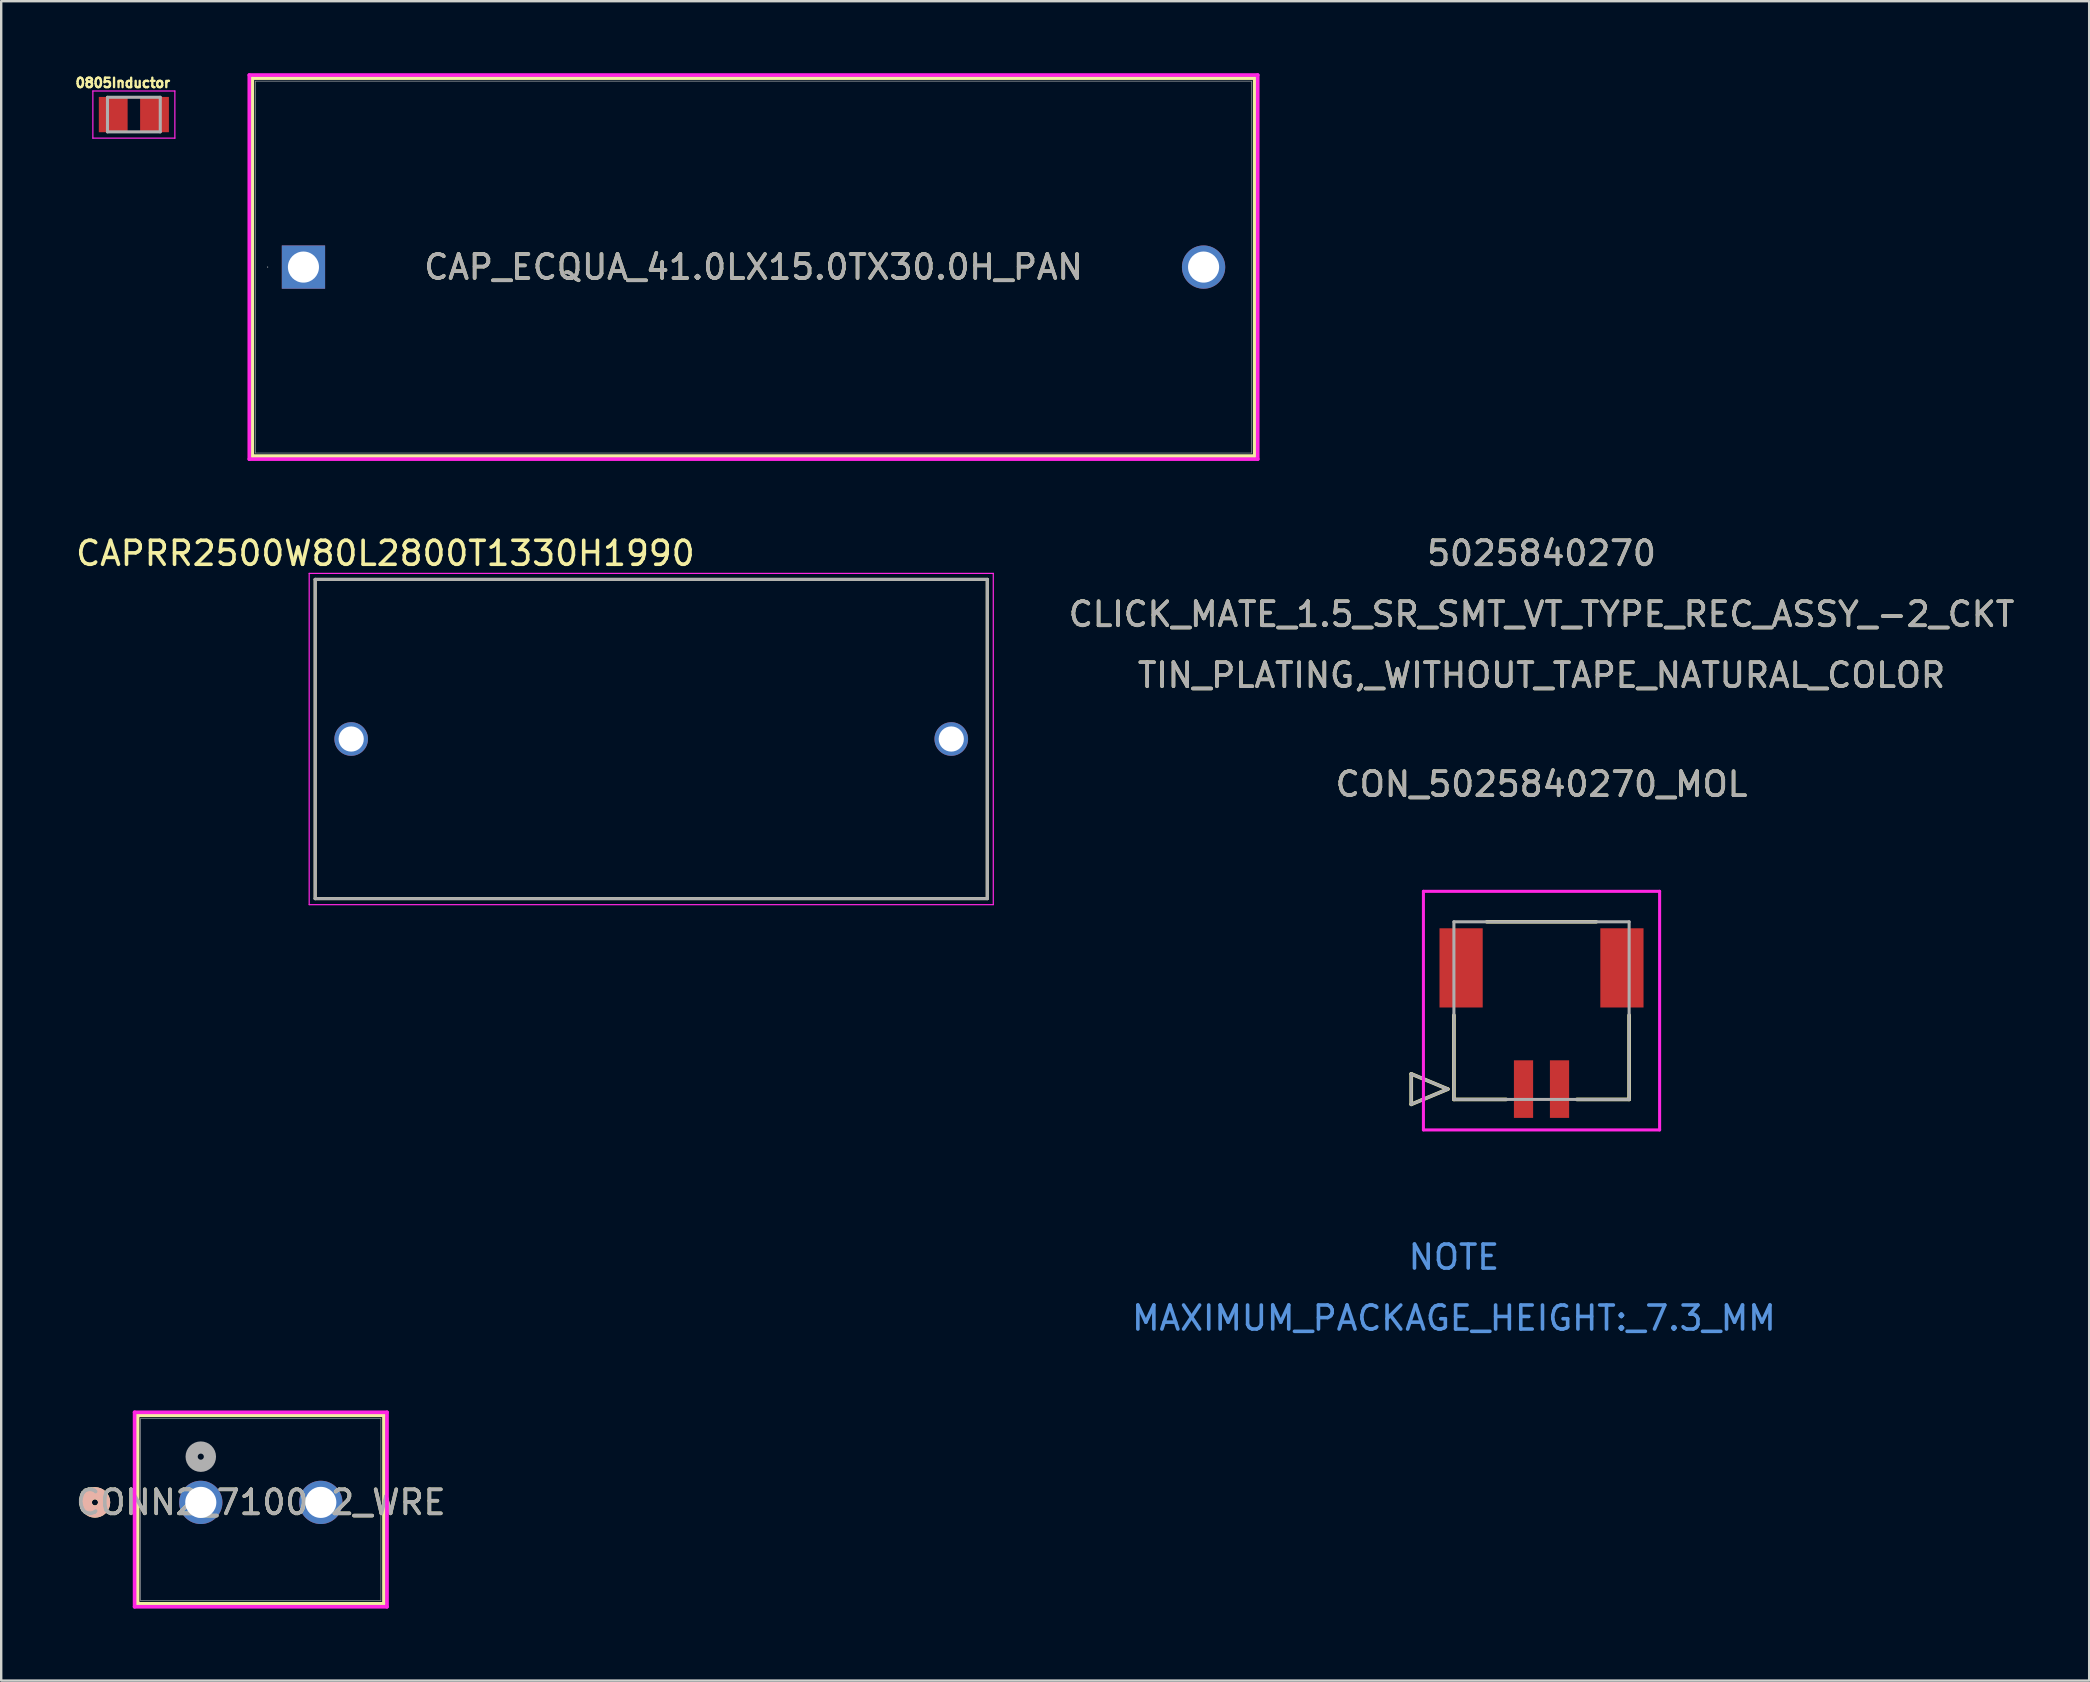
<source format=kicad_pcb>
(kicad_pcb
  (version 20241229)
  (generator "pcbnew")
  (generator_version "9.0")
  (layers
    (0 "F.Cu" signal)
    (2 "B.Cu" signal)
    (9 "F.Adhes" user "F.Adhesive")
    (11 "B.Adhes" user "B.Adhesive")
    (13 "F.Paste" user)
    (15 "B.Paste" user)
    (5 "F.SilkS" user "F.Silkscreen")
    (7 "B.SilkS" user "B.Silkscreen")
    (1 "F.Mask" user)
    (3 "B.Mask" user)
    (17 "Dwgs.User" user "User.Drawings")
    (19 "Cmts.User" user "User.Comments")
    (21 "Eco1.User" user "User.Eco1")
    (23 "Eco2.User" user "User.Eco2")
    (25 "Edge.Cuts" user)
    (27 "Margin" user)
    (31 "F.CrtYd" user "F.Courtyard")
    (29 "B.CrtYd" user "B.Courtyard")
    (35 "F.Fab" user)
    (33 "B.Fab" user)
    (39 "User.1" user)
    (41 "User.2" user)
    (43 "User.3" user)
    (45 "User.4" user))
  (footprint "CON_5025840270_MOL"
    (layer "F.Cu")
    (at 60.421 42.323)
    (property "Reference" "CON_5025840270_MOL" (at 0.75 -12.7 0) (unlocked yes) (layer "F.SilkS") (effects (font (size 1 1) (thickness 0.15))))
    (attr smd)
    (fp_line (start -4.678 -0.635) (end -4.678 0.635) (stroke (width 0.152) (type solid)) (layer "F.SilkS"))
    (fp_line (start -4.678 0.635) (end -3.154 0) (stroke (width 0.152) (type solid)) (layer "F.SilkS"))
    (fp_line (start -3.154 0) (end -4.678 -0.635) (stroke (width 0.152) (type solid)) (layer "F.SilkS"))
    (fp_line (start -2.9 -3.08) (end -2.9 0.43) (stroke (width 0.152) (type solid)) (layer "F.SilkS"))
    (fp_line (start -2.9 0.43) (end -0.72 0.43) (stroke (width 0.152) (type solid)) (layer "F.SilkS"))
    (fp_line (start 2.22 0.43) (end 4.4 0.43) (stroke (width 0.152) (type solid)) (layer "F.SilkS"))
    (fp_line (start 3.028 -6.97) (end -1.528 -6.97) (stroke (width 0.152) (type solid)) (layer "F.SilkS"))
    (fp_line (start 4.4 0.43) (end 4.4 -3.08) (stroke (width 0.152) (type solid)) (layer "F.SilkS"))
    (fp_line (start -4.17 -8.24) (end -4.17 1.7) (stroke (width 0.127) (type solid)) (layer "F.CrtYd"))
    (fp_line (start -4.17 1.7) (end 5.67 1.7) (stroke (width 0.127) (type solid)) (layer "F.CrtYd"))
    (fp_line (start 5.67 -8.24) (end -4.17 -8.24) (stroke (width 0.127) (type solid)) (layer "F.CrtYd"))
    (fp_line (start 5.67 1.7) (end 5.67 -8.24) (stroke (width 0.127) (type solid)) (layer "F.CrtYd"))
    (fp_line (start -4.678 -0.635) (end -4.678 0.635) (stroke (width 0.127) (type solid)) (layer "F.Fab"))
    (fp_line (start -4.678 0.635) (end -3.154 0) (stroke (width 0.127) (type solid)) (layer "F.Fab"))
    (fp_line (start -3.154 0) (end -4.678 -0.635) (stroke (width 0.127) (type solid)) (layer "F.Fab"))
    (fp_line (start -2.9 -6.97) (end -2.9 0.43) (stroke (width 0.127) (type solid)) (layer "F.Fab"))
    (fp_line (start -2.9 0.43) (end 4.4 0.43) (stroke (width 0.127) (type solid)) (layer "F.Fab"))
    (fp_line (start 4.4 -6.97) (end -2.9 -6.97) (stroke (width 0.127) (type solid)) (layer "F.Fab"))
    (fp_line (start 4.4 0.43) (end 4.4 -6.97) (stroke (width 0.127) (type solid)) (layer "F.Fab"))
    (fp_text user "CLICK_MATE_1.5_SR_SMT_VT_TYPE_REC_ASSY_-2_CKT" (at 0.75 -19.78 0) (unlocked yes) (layer "F.SilkS") (effects (font (size 1 1) (thickness 0.15))))
    (fp_text user "5025840270" (at 0.75 -22.32 0) (unlocked yes) (layer "F.SilkS") (effects (font (size 1 1) (thickness 0.15))))
    (fp_text user "TIN_PLATING,_WITHOUT_TAPE_NATURAL_COLOR" (at 0.75 -17.24 0) (unlocked yes) (layer "F.SilkS") (effects (font (size 1 1) (thickness 0.15))))
    (fp_text user "NOTE" (at -2.9 7 0) (unlocked yes) (layer "Cmts.User") (effects (font (size 1 1) (thickness 0.15))))
    (fp_text user "MAXIMUM_PACKAGE_HEIGHT:_7.3_MM" (at -2.9 9.54 0) (unlocked yes) (layer "Cmts.User") (effects (font (size 1 1) (thickness 0.15))))
    (fp_text user "${REFERENCE}" (at 0.75 -12.7 0) (unlocked yes) (layer "F.Fab") (effects (font (size 1 1) (thickness 0.15))))
    (fp_text user "TIN_PLATING,_WITHOUT_TAPE_NATURAL_COLOR" (at 0.75 -17.24 0) (unlocked yes) (layer "F.Fab") (effects (font (size 1 1) (thickness 0.15))))
    (fp_text user "CLICK_MATE_1.5_SR_SMT_VT_TYPE_REC_ASSY_-2_CKT" (at 0.75 -19.78 0) (unlocked yes) (layer "F.Fab") (effects (font (size 1 1) (thickness 0.15))))
    (fp_text user "5025840270" (at 0.75 -22.32 0) (unlocked yes) (layer "F.Fab") (effects (font (size 1 1) (thickness 0.15))))
    (pad "1" smd rect (at 0 0) (size 0.8 2.4) (layers "F.Cu" "F.Mask" "F.Paste"))
    (pad "2" smd rect (at 1.5 0) (size 0.8 2.4) (layers "F.Cu" "F.Mask" "F.Paste"))
    (pad "3" smd rect (at -2.6 -5.05) (size 1.8 3.3) (layers "F.Cu" "F.Mask" "F.Paste"))
    (pad "4" smd rect (at 4.1 -5.05) (size 1.8 3.3) (layers "F.Cu" "F.Mask" "F.Paste")))
  (footprint "CAPRR2500W80L2800T1330H1990"
    (layer "F.Cu")
    (at 24.081 27.738)
    (property "Reference" "CAPRR2500W80L2800T1330H1990" (at -11.075 -7.735 0) (layer "F.SilkS") (effects (font (size 1 1) (thickness 0.15))))
    (attr through_hole)
    (fp_line (start -14 -6.65) (end -14 6.65) (stroke (width 0.127) (type solid)) (layer "F.SilkS"))
    (fp_line (start -14 -6.65) (end 14 -6.65) (stroke (width 0.127) (type solid)) (layer "F.SilkS"))
    (fp_line (start -14 6.65) (end 14 6.65) (stroke (width 0.127) (type solid)) (layer "F.SilkS"))
    (fp_line (start 14 -6.65) (end 14 6.65) (stroke (width 0.127) (type solid)) (layer "F.SilkS"))
    (fp_line (start -14.25 -6.9) (end -14.25 6.9) (stroke (width 0.05) (type solid)) (layer "F.CrtYd"))
    (fp_line (start -14.25 -6.9) (end 14.25 -6.9) (stroke (width 0.05) (type solid)) (layer "F.CrtYd"))
    (fp_line (start 14.25 -6.9) (end 14.25 6.9) (stroke (width 0.05) (type solid)) (layer "F.CrtYd"))
    (fp_line (start 14.25 6.9) (end -14.25 6.9) (stroke (width 0.05) (type solid)) (layer "F.CrtYd"))
    (fp_line (start -14 -6.65) (end -14 6.65) (stroke (width 0.127) (type solid)) (layer "F.Fab"))
    (fp_line (start -14 -6.65) (end 14 -6.65) (stroke (width 0.127) (type solid)) (layer "F.Fab"))
    (fp_line (start 14 -6.65) (end 14 6.65) (stroke (width 0.127) (type solid)) (layer "F.Fab"))
    (fp_line (start 14 6.65) (end -14 6.65) (stroke (width 0.127) (type solid)) (layer "F.Fab"))
    (pad "1" thru_hole circle (at -12.5 0) (size 1.4 1.4) (drill 1.05) (layers "*.Cu" "*.Mask"))
    (pad "2" thru_hole circle (at 12.5 0) (size 1.4 1.4) (drill 1.05) (layers "*.Cu" "*.Mask")))
  (footprint "CONN2_710002_WRE"
    (layer "F.Cu")
    (at 5.315 59.541)
    (property "Reference" "CONN2_710002_WRE" (at 2.5 0 0) (unlocked yes) (layer "F.SilkS") (effects (font (size 1 1) (thickness 0.15))))
    (attr through_hole)
    (fp_line (start -2.631 -3.627) (end -2.631 4.222) (stroke (width 0.152) (type solid)) (layer "F.SilkS"))
    (fp_line (start -2.631 4.222) (end 7.631 4.222) (stroke (width 0.152) (type solid)) (layer "F.SilkS"))
    (fp_line (start 7.631 -3.627) (end -2.631 -3.627) (stroke (width 0.152) (type solid)) (layer "F.SilkS"))
    (fp_line (start 7.631 4.222) (end 7.631 -3.627) (stroke (width 0.152) (type solid)) (layer "F.SilkS"))
    (fp_circle (center -4.409 0) (end -4.028 0) (stroke (width 0.508) (type solid)) (fill no) (layer "F.SilkS"))
    (fp_circle (center -4.409 0) (end -4.028 0) (stroke (width 0.508) (type solid)) (fill no) (layer "B.SilkS"))
    (fp_line (start -2.758 -3.754) (end -2.758 4.349) (stroke (width 0.152) (type solid)) (layer "F.CrtYd"))
    (fp_line (start -2.758 4.349) (end 7.758 4.349) (stroke (width 0.152) (type solid)) (layer "F.CrtYd"))
    (fp_line (start 7.758 -3.754) (end -2.758 -3.754) (stroke (width 0.152) (type solid)) (layer "F.CrtYd"))
    (fp_line (start 7.758 4.349) (end 7.758 -3.754) (stroke (width 0.152) (type solid)) (layer "F.CrtYd"))
    (fp_line (start -2.504 -3.5) (end -2.504 4.095) (stroke (width 0.025) (type solid)) (layer "F.Fab"))
    (fp_line (start -2.504 4.095) (end 7.504 4.095) (stroke (width 0.025) (type solid)) (layer "F.Fab"))
    (fp_line (start 7.504 -3.5) (end -2.504 -3.5) (stroke (width 0.025) (type solid)) (layer "F.Fab"))
    (fp_line (start 7.504 4.095) (end 7.504 -3.5) (stroke (width 0.025) (type solid)) (layer "F.Fab"))
    (fp_circle (center 0 -1.905) (end 0.381 -1.905) (stroke (width 0.508) (type solid)) (fill no) (layer "F.Fab"))
    (fp_text user "${REFERENCE}" (at 2.5 0 0) (unlocked yes) (layer "F.Fab") (effects (font (size 1 1) (thickness 0.15))))
    (pad "1" thru_hole circle (at 0 0) (size 1.803 1.803) (drill 1.295) (layers "*.Cu" "*.Mask"))
    (pad "2" thru_hole circle (at 5 0) (size 1.803 1.803) (drill 1.295) (layers "*.Cu" "*.Mask")))
  (footprint "0805Inductor"
    (layer "F.Cu")
    (at 2.527 1.723)
    (property "Reference" "0805Inductor" (at -0.46 -1.32 0) (layer "F.SilkS") (effects (font (size 0.394 0.394) (thickness 0.15))))
    (attr smd)
    (fp_line (start -1.708 -0.983) (end 1.708 -0.983) (stroke (width 0.05) (type solid)) (layer "F.CrtYd"))
    (fp_line (start -1.708 0.983) (end -1.708 -0.983) (stroke (width 0.05) (type solid)) (layer "F.CrtYd"))
    (fp_line (start -1.708 0.983) (end 1.708 0.983) (stroke (width 0.05) (type solid)) (layer "F.CrtYd"))
    (fp_line (start 1.708 0.983) (end 1.708 -0.983) (stroke (width 0.05) (type solid)) (layer "F.CrtYd"))
    (fp_line (start -1.1 0.72) (end -1.1 -0.72) (stroke (width 0.127) (type solid)) (layer "F.Fab"))
    (fp_line (start 1.1 -0.72) (end -1.1 -0.72) (stroke (width 0.127) (type solid)) (layer "F.Fab"))
    (fp_line (start 1.1 0.72) (end -1.1 0.72) (stroke (width 0.127) (type solid)) (layer "F.Fab"))
    (fp_line (start 1.1 0.72) (end 1.1 -0.72) (stroke (width 0.127) (type solid)) (layer "F.Fab"))
    (pad "1" smd rect (at -0.86 0) (size 1.2 1.47) (layers "F.Cu" "F.Mask" "F.Paste"))
    (pad "2" smd rect (at 0.86 0) (size 1.2 1.47) (layers "F.Cu" "F.Mask" "F.Paste")))
  (footprint "CAP_ECQUA_41.0LX15.0TX30.0H_PAN"
    (layer "F.Cu")
    (at 9.592 8.077)
    (property "Reference" "CAP_ECQUA_41.0LX15.0TX30.0H_PAN" (at 18.75 0 0) (unlocked yes) (layer "F.SilkS") (effects (font (size 1 1) (thickness 0.15))))
    (attr through_hole)
    (fp_line (start -2.129 -7.874) (end -2.129 7.874) (stroke (width 0.152) (type solid)) (layer "F.SilkS"))
    (fp_line (start 39.629 -7.874) (end -2.129 -7.874) (stroke (width 0.152) (type solid)) (layer "F.SilkS"))
    (fp_line (start 39.629 -7.874) (end 39.629 7.874) (stroke (width 0.152) (type solid)) (layer "F.SilkS"))
    (fp_line (start 39.629 7.874) (end -2.129 7.874) (stroke (width 0.152) (type solid)) (layer "F.SilkS"))
    (fp_line (start -2.256 -8.001) (end 39.756 -8.001) (stroke (width 0.152) (type solid)) (layer "F.CrtYd"))
    (fp_line (start -2.256 8.001) (end -2.256 -8.001) (stroke (width 0.152) (type solid)) (layer "F.CrtYd"))
    (fp_line (start 39.756 -8.001) (end 39.756 8.001) (stroke (width 0.152) (type solid)) (layer "F.CrtYd"))
    (fp_line (start 39.756 8.001) (end -2.256 8.001) (stroke (width 0.152) (type solid)) (layer "F.CrtYd"))
    (fp_line (start -2.002 -7.747) (end -2.002 7.747) (stroke (width 0.025) (type solid)) (layer "F.Fab"))
    (fp_line (start 39.502 -7.747) (end -2.002 -7.747) (stroke (width 0.025) (type solid)) (layer "F.Fab"))
    (fp_line (start 39.502 -7.747) (end 39.502 7.747) (stroke (width 0.025) (type solid)) (layer "F.Fab"))
    (fp_line (start 39.502 7.747) (end -2.002 7.747) (stroke (width 0.025) (type solid)) (layer "F.Fab"))
    (fp_circle (center -1.494 0) (end -1.494 0) (stroke (width 0.025) (type solid)) (fill no) (layer "F.Fab"))
    (fp_text user "${REFERENCE}" (at 18.75 0 0) (unlocked yes) (layer "F.Fab") (effects (font (size 1 1) (thickness 0.15))))
    (pad "1" thru_hole rect (at 0 0) (size 1.803 1.803) (drill 1.295) (layers "*.Cu" "*.Mask"))
    (pad "2" thru_hole circle (at 37.5 0) (size 1.803 1.803) (drill 1.295) (layers "*.Cu" "*.Mask")))
  (gr_rect
    (start -3 -3)
    (end 83.987 66.966)
    (stroke (width 0.1) (type default))
    (fill no)
    (layer "Edge.Cuts")))
</source>
